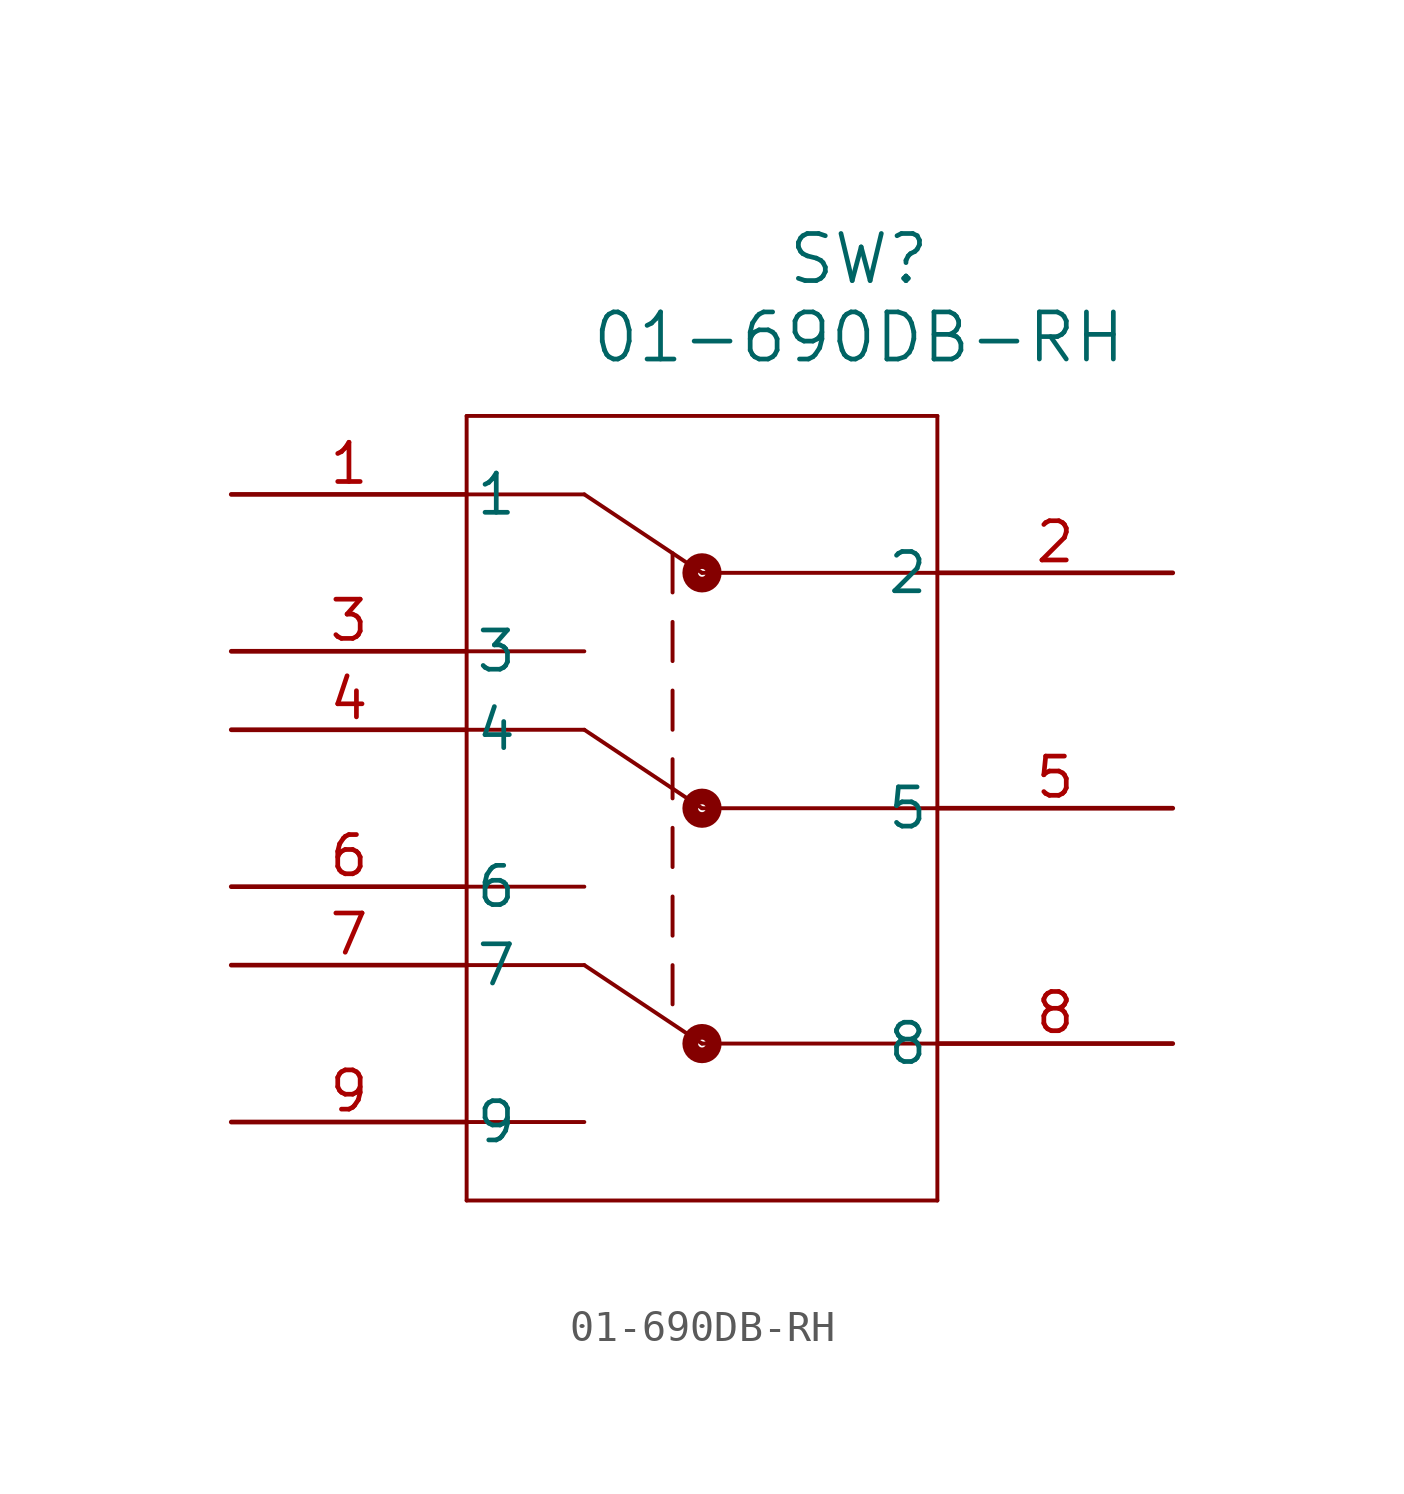
<source format=kicad_sym>
(kicad_symbol_lib
  (version 20211014)
  (generator kicad_symbol_editor)
  (symbol "01-690DB-RH"
    (pin_names
      (offset 0.254))
    (property "Reference" "SW"
      (at 20.32 7.62 0)
      (effects (font (size 1.524 1.524))))
    (property "Value" "01-690DB-RH"
      (at 20.32 5.08 0)
      (effects (font (size 1.524 1.524))))
    (symbol "01-690DB-RH_0_1"
      (polyline (pts (xy 7.62 2.54) (xy 7.62 -22.86)) (stroke (width 0.127) (type default) (color 0 0 0 0)) (fill (type none)))
      (polyline (pts (xy 7.62 -22.86) (xy 22.86 -22.86)) (stroke (width 0.127) (type default) (color 0 0 0 0)) (fill (type none)))
      (polyline (pts (xy 22.86 -22.86) (xy 22.86 2.54)) (stroke (width 0.127) (type default) (color 0 0 0 0)) (fill (type none)))
      (polyline (pts (xy 22.86 2.54) (xy 7.62 2.54)) (stroke (width 0.127) (type default) (color 0 0 0 0)) (fill (type none)))
      (polyline (pts (xy 7.62 0) (xy 11.43 0)) (stroke (width 0.127) (type default) (color 0 0 0 0)) (fill (type none)))
      (polyline (pts (xy 7.62 -5.08) (xy 11.43 -5.08)) (stroke (width 0.127) (type default) (color 0 0 0 0)) (fill (type none)))
      (polyline (pts (xy 22.86 -2.54) (xy 15.24 -2.54)) (stroke (width 0.127) (type default) (color 0 0 0 0)) (fill (type none)))
      (polyline (pts (xy 15.24 -2.54) (xy 11.43 0)) (stroke (width 0.127) (type default) (color 0 0 0 0)) (fill (type none)))
      (circle (center 15.24 -2.54) (radius 0.127) (stroke (width 0.508) (type default) (color 0 0 0 0)) (fill (type none)))
      (polyline (pts (xy 7.62 -7.62) (xy 11.43 -7.62)) (stroke (width 0.127) (type default) (color 0 0 0 0)) (fill (type none)))
      (polyline (pts (xy 7.62 -12.7) (xy 11.43 -12.7)) (stroke (width 0.127) (type default) (color 0 0 0 0)) (fill (type none)))
      (polyline (pts (xy 22.86 -10.16) (xy 15.24 -10.16)) (stroke (width 0.127) (type default) (color 0 0 0 0)) (fill (type none)))
      (polyline (pts (xy 15.24 -10.16) (xy 11.43 -7.62)) (stroke (width 0.127) (type default) (color 0 0 0 0)) (fill (type none)))
      (circle (center 15.24 -10.16) (radius 0.127) (stroke (width 0.508) (type default) (color 0 0 0 0)) (fill (type none)))
      (polyline (pts (xy 7.62 -15.24) (xy 11.43 -15.24)) (stroke (width 0.127) (type default) (color 0 0 0 0)) (fill (type none)))
      (polyline (pts (xy 7.62 -20.32) (xy 11.43 -20.32)) (stroke (width 0.127) (type default) (color 0 0 0 0)) (fill (type none)))
      (polyline (pts (xy 22.86 -17.78) (xy 15.24 -17.78)) (stroke (width 0.127) (type default) (color 0 0 0 0)) (fill (type none)))
      (polyline (pts (xy 15.24 -17.78) (xy 11.43 -15.24)) (stroke (width 0.127) (type default) (color 0 0 0 0)) (fill (type none)))
      (circle (center 15.24 -17.78) (radius 0.127) (stroke (width 0.508) (type default) (color 0 0 0 0)) (fill (type none)))
      (polyline (pts (xy 14.287 -1.905) (xy 14.287 -3.175)) (stroke (width 0.127) (type default) (color 0 0 0 0)) (fill (type none)))
      (polyline (pts (xy 14.287 -4.128) (xy 14.287 -5.397)) (stroke (width 0.127) (type default) (color 0 0 0 0)) (fill (type none)))
      (polyline (pts (xy 14.287 -6.35) (xy 14.287 -7.62)) (stroke (width 0.127) (type default) (color 0 0 0 0)) (fill (type none)))
      (polyline (pts (xy 14.287 -8.572) (xy 14.287 -9.842)) (stroke (width 0.127) (type default) (color 0 0 0 0)) (fill (type none)))
      (polyline (pts (xy 14.287 -10.795) (xy 14.287 -12.065)) (stroke (width 0.127) (type default) (color 0 0 0 0)) (fill (type none)))
      (polyline (pts (xy 14.287 -13.018) (xy 14.287 -14.287)) (stroke (width 0.127) (type default) (color 0 0 0 0)) (fill (type none)))
      (polyline (pts (xy 14.287 -15.24) (xy 14.287 -16.51)) (stroke (width 0.127) (type default) (color 0 0 0 0)) (fill (type none)))
      (pin unspecified line (at 0 0 0) (length 7.62) (name "1" (effects (font (size 1.27 1.27)))) (number "1" (effects (font (size 1.27 1.27)))))
      (pin unspecified line (at 30.48 -2.54 180) (length 7.62) (name "2" (effects (font (size 1.27 1.27)))) (number "2" (effects (font (size 1.27 1.27)))))
      (pin unspecified line (at 0 -5.08 0) (length 7.62) (name "3" (effects (font (size 1.27 1.27)))) (number "3" (effects (font (size 1.27 1.27)))))
      (pin unspecified line (at 0 -7.62 0) (length 7.62) (name "4" (effects (font (size 1.27 1.27)))) (number "4" (effects (font (size 1.27 1.27)))))
      (pin unspecified line (at 30.48 -10.16 180) (length 7.62) (name "5" (effects (font (size 1.27 1.27)))) (number "5" (effects (font (size 1.27 1.27)))))
      (pin unspecified line (at 0 -12.7 0) (length 7.62) (name "6" (effects (font (size 1.27 1.27)))) (number "6" (effects (font (size 1.27 1.27)))))
      (pin unspecified line (at 0 -15.24 0) (length 7.62) (name "7" (effects (font (size 1.27 1.27)))) (number "7" (effects (font (size 1.27 1.27)))))
      (pin unspecified line (at 30.48 -17.78 180) (length 7.62) (name "8" (effects (font (size 1.27 1.27)))) (number "8" (effects (font (size 1.27 1.27)))))
      (pin unspecified line (at 0 -20.32 0) (length 7.62) (name "9" (effects (font (size 1.27 1.27)))) (number "9" (effects (font (size 1.27 1.27))))))))
</source>
